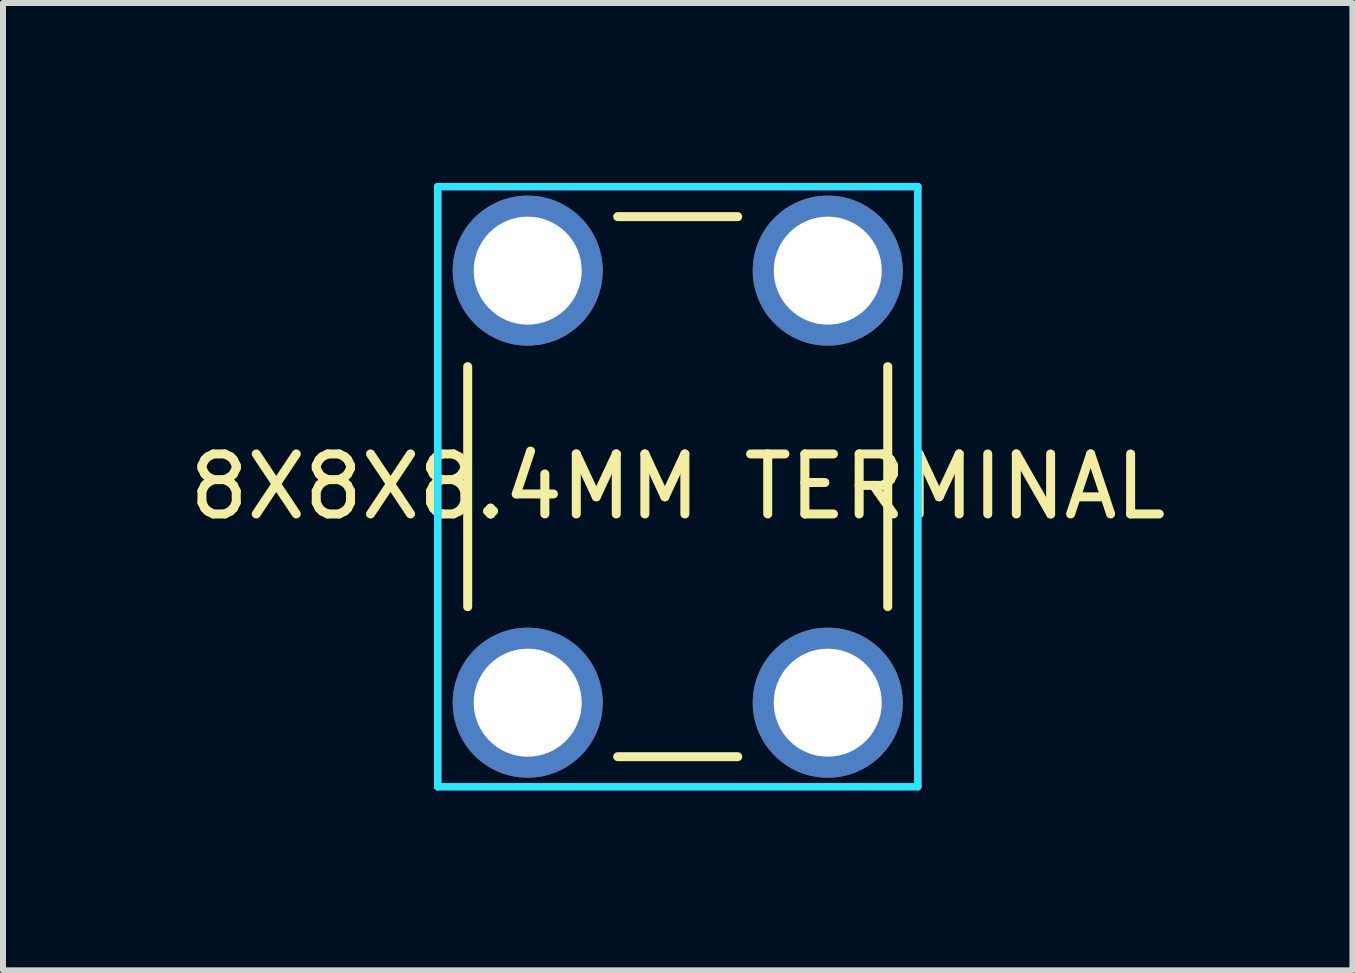
<source format=kicad_pcb>
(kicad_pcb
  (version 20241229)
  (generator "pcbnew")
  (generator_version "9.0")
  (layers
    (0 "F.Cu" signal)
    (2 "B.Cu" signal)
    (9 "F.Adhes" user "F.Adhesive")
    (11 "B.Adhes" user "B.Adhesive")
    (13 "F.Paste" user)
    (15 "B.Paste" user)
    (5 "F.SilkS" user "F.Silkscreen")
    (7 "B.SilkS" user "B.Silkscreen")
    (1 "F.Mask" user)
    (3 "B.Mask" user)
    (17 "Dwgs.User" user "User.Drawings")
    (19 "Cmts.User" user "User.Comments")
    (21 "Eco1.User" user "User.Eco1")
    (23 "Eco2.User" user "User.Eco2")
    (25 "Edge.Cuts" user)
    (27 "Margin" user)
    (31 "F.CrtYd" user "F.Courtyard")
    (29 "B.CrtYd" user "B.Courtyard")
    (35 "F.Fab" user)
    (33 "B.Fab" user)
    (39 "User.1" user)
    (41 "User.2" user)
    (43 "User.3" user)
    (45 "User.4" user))
  (footprint "8X8X8.4MM TERMINAL"
    (layer "F.Cu")
    (at 8.244 5.06)
    (property "Reference" "8X8X8.4MM TERMINAL" (at 0 0 0) (layer "F.SilkS") (effects (font (size 1 1) (thickness 0.15))))
    (attr through_hole)
    (fp_line (start -3.5 -2) (end -3.5 2) (stroke (width 0.15) (type solid)) (layer "F.SilkS"))
    (fp_line (start -1 -4.5) (end 1 -4.5) (stroke (width 0.15) (type solid)) (layer "F.SilkS"))
    (fp_line (start -1 4.5) (end 1 4.5) (stroke (width 0.15) (type solid)) (layer "F.SilkS"))
    (fp_line (start 3.5 -2) (end 3.5 2) (stroke (width 0.15) (type solid)) (layer "F.SilkS"))
    (fp_line (start -4 -5) (end 4 -5) (stroke (width 0.12) (type solid)) (layer "B.CrtYd"))
    (fp_line (start -4 5) (end -4 -5) (stroke (width 0.12) (type solid)) (layer "B.CrtYd"))
    (fp_line (start 4 -5) (end 4 5) (stroke (width 0.12) (type solid)) (layer "B.CrtYd"))
    (fp_line (start 4 5) (end -4 5) (stroke (width 0.12) (type solid)) (layer "B.CrtYd"))
    (fp_line (start -4 -5) (end 4 -5) (stroke (width 0.12) (type solid)) (layer "F.CrtYd"))
    (fp_line (start -4 5) (end -4 -5) (stroke (width 0.12) (type solid)) (layer "F.CrtYd"))
    (fp_line (start 4 -5) (end 4 5) (stroke (width 0.12) (type solid)) (layer "F.CrtYd"))
    (fp_line (start 4 5) (end -4 5) (stroke (width 0.12) (type solid)) (layer "F.CrtYd"))
    (fp_line (start -4 -5) (end 4 -5) (stroke (width 0.12) (type solid)) (layer "F.Fab"))
    (fp_line (start -4 5) (end -4 -5) (stroke (width 0.12) (type solid)) (layer "F.Fab"))
    (fp_line (start 4 -5) (end 4 5) (stroke (width 0.12) (type solid)) (layer "F.Fab"))
    (fp_line (start 4 5) (end -4 5) (stroke (width 0.12) (type solid)) (layer "F.Fab"))
    (pad "1" thru_hole circle (at -2.5 -3.6) (size 2.5 2.5) (drill 1.8) (layers "*.Cu" "*.Mask"))
    (pad "1" thru_hole circle (at -2.5 3.6) (size 2.5 2.5) (drill 1.8) (layers "*.Cu" "*.Mask"))
    (pad "1" thru_hole circle (at 2.5 -3.6) (size 2.5 2.5) (drill 1.8) (layers "*.Cu" "*.Mask"))
    (pad "1" thru_hole circle (at 2.5 3.6) (size 2.5 2.5) (drill 1.8) (layers "*.Cu" "*.Mask")))
  (gr_rect
    (start -3 -3)
    (end 19.488 13.12)
    (stroke (width 0.1) (type default))
    (fill no)
    (layer "Edge.Cuts")))
</source>
